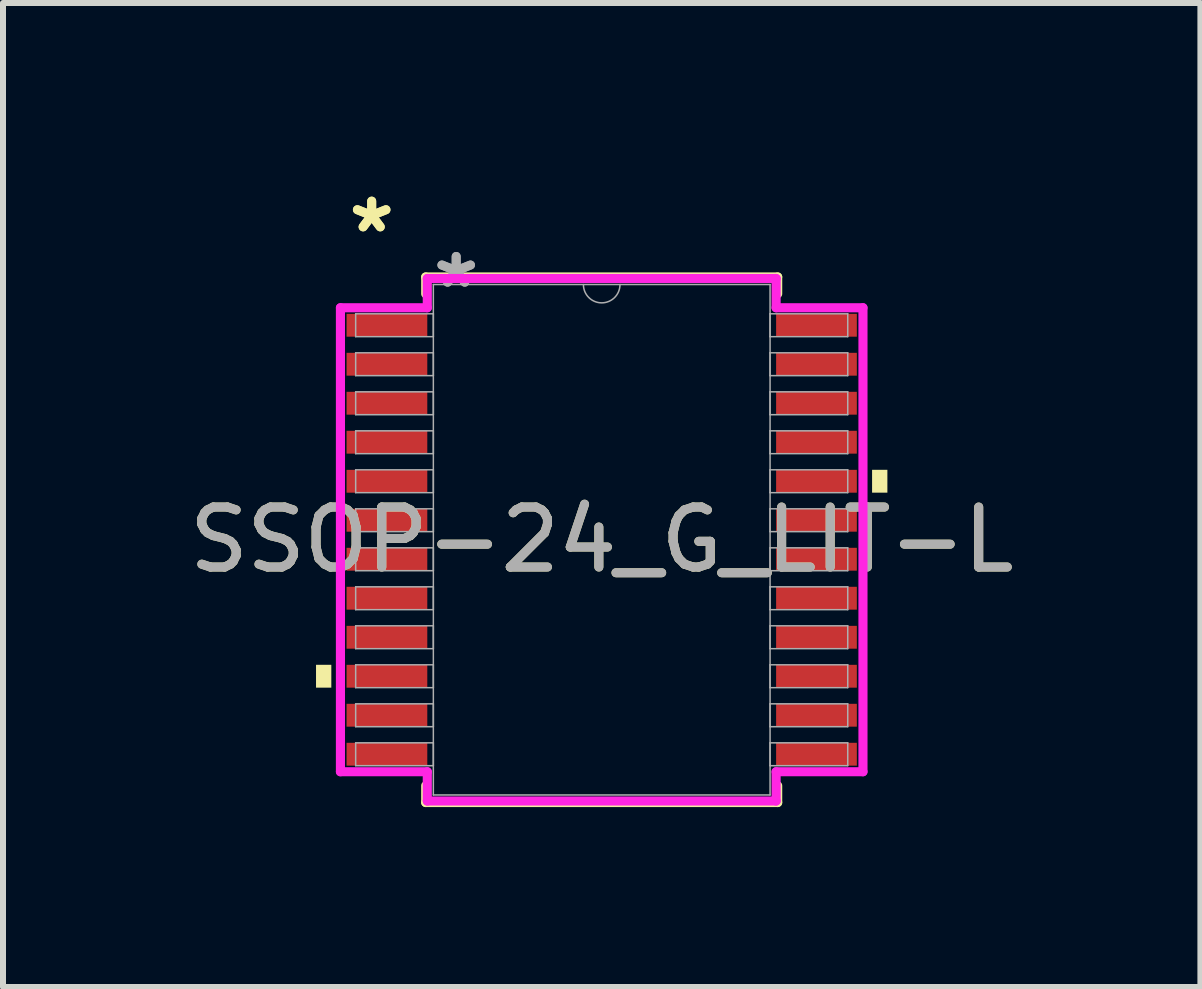
<source format=kicad_pcb>
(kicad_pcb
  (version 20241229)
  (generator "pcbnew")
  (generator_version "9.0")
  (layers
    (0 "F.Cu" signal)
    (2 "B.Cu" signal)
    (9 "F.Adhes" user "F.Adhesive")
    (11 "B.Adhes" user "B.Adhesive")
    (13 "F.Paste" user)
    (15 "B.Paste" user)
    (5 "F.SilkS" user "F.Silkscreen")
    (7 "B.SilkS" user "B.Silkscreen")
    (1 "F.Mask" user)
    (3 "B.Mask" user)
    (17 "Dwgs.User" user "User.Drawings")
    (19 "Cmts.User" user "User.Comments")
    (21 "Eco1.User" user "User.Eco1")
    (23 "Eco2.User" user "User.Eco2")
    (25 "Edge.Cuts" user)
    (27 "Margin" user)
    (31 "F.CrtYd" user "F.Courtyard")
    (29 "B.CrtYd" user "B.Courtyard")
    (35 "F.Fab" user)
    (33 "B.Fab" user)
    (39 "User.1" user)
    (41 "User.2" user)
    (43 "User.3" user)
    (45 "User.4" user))
  (footprint "SSOP-24_G_LIT-L"
    (layer "F.Cu")
    (at 6.982 5.949)
    (property "Reference" "SSOP-24_G_LIT-L" (at 0 0 0) (unlocked yes) (layer "F.SilkS") (effects (font (size 1 1) (thickness 0.15))))
    (attr smd)
    (fp_line (start -2.934 -4.381) (end -2.934 -4.1) (stroke (width 0.152) (type solid)) (layer "F.SilkS"))
    (fp_line (start -2.934 4.1) (end -2.934 4.381) (stroke (width 0.152) (type solid)) (layer "F.SilkS"))
    (fp_line (start -2.934 4.381) (end 2.934 4.381) (stroke (width 0.152) (type solid)) (layer "F.SilkS"))
    (fp_line (start 2.934 -4.381) (end -2.934 -4.381) (stroke (width 0.152) (type solid)) (layer "F.SilkS"))
    (fp_line (start 2.934 -4.1) (end 2.934 -4.381) (stroke (width 0.152) (type solid)) (layer "F.SilkS"))
    (fp_line (start 2.934 4.381) (end 2.934 4.1) (stroke (width 0.152) (type solid)) (layer "F.SilkS"))
    (fp_poly (pts (xy -4.763 2.085) (xy -4.763 2.466) (xy -4.508 2.466) (xy -4.508 2.085)) (stroke (width 0) (type solid)) (fill yes) (layer "F.SilkS"))
    (fp_poly (pts (xy 4.763 -1.166) (xy 4.763 -0.785) (xy 4.508 -0.785) (xy 4.508 -1.166)) (stroke (width 0) (type solid)) (fill yes) (layer "F.SilkS"))
    (fp_line (start -4.356 -3.868) (end -2.908 -3.868) (stroke (width 0.152) (type solid)) (layer "F.CrtYd"))
    (fp_line (start -4.356 3.868) (end -4.356 -3.868) (stroke (width 0.152) (type solid)) (layer "F.CrtYd"))
    (fp_line (start -4.356 3.868) (end -2.908 3.868) (stroke (width 0.152) (type solid)) (layer "F.CrtYd"))
    (fp_line (start -2.908 -4.356) (end 2.908 -4.356) (stroke (width 0.152) (type solid)) (layer "F.CrtYd"))
    (fp_line (start -2.908 -3.868) (end -2.908 -4.356) (stroke (width 0.152) (type solid)) (layer "F.CrtYd"))
    (fp_line (start -2.908 4.356) (end -2.908 3.868) (stroke (width 0.152) (type solid)) (layer "F.CrtYd"))
    (fp_line (start 2.908 -4.356) (end 2.908 -3.868) (stroke (width 0.152) (type solid)) (layer "F.CrtYd"))
    (fp_line (start 2.908 3.868) (end 2.908 4.356) (stroke (width 0.152) (type solid)) (layer "F.CrtYd"))
    (fp_line (start 2.908 4.356) (end -2.908 4.356) (stroke (width 0.152) (type solid)) (layer "F.CrtYd"))
    (fp_line (start 4.356 -3.868) (end 2.908 -3.868) (stroke (width 0.152) (type solid)) (layer "F.CrtYd"))
    (fp_line (start 4.356 -3.868) (end 4.356 3.868) (stroke (width 0.152) (type solid)) (layer "F.CrtYd"))
    (fp_line (start 4.356 3.868) (end 2.908 3.868) (stroke (width 0.152) (type solid)) (layer "F.CrtYd"))
    (fp_line (start -4.102 -3.767) (end -4.102 -3.386) (stroke (width 0.025) (type solid)) (layer "F.Fab"))
    (fp_line (start -4.102 -3.386) (end -2.807 -3.386) (stroke (width 0.025) (type solid)) (layer "F.Fab"))
    (fp_line (start -4.102 -3.117) (end -4.102 -2.736) (stroke (width 0.025) (type solid)) (layer "F.Fab"))
    (fp_line (start -4.102 -2.736) (end -2.807 -2.736) (stroke (width 0.025) (type solid)) (layer "F.Fab"))
    (fp_line (start -4.102 -2.466) (end -4.102 -2.085) (stroke (width 0.025) (type solid)) (layer "F.Fab"))
    (fp_line (start -4.102 -2.085) (end -2.807 -2.085) (stroke (width 0.025) (type solid)) (layer "F.Fab"))
    (fp_line (start -4.102 -1.816) (end -4.102 -1.435) (stroke (width 0.025) (type solid)) (layer "F.Fab"))
    (fp_line (start -4.102 -1.435) (end -2.807 -1.435) (stroke (width 0.025) (type solid)) (layer "F.Fab"))
    (fp_line (start -4.102 -1.166) (end -4.102 -0.785) (stroke (width 0.025) (type solid)) (layer "F.Fab"))
    (fp_line (start -4.102 -0.785) (end -2.807 -0.785) (stroke (width 0.025) (type solid)) (layer "F.Fab"))
    (fp_line (start -4.102 -0.516) (end -4.102 -0.135) (stroke (width 0.025) (type solid)) (layer "F.Fab"))
    (fp_line (start -4.102 -0.135) (end -2.807 -0.135) (stroke (width 0.025) (type solid)) (layer "F.Fab"))
    (fp_line (start -4.102 0.135) (end -4.102 0.516) (stroke (width 0.025) (type solid)) (layer "F.Fab"))
    (fp_line (start -4.102 0.516) (end -2.807 0.516) (stroke (width 0.025) (type solid)) (layer "F.Fab"))
    (fp_line (start -4.102 0.785) (end -4.102 1.166) (stroke (width 0.025) (type solid)) (layer "F.Fab"))
    (fp_line (start -4.102 1.166) (end -2.807 1.166) (stroke (width 0.025) (type solid)) (layer "F.Fab"))
    (fp_line (start -4.102 1.435) (end -4.102 1.816) (stroke (width 0.025) (type solid)) (layer "F.Fab"))
    (fp_line (start -4.102 1.816) (end -2.807 1.816) (stroke (width 0.025) (type solid)) (layer "F.Fab"))
    (fp_line (start -4.102 2.085) (end -4.102 2.466) (stroke (width 0.025) (type solid)) (layer "F.Fab"))
    (fp_line (start -4.102 2.466) (end -2.807 2.466) (stroke (width 0.025) (type solid)) (layer "F.Fab"))
    (fp_line (start -4.102 2.736) (end -4.102 3.117) (stroke (width 0.025) (type solid)) (layer "F.Fab"))
    (fp_line (start -4.102 3.117) (end -2.807 3.117) (stroke (width 0.025) (type solid)) (layer "F.Fab"))
    (fp_line (start -4.102 3.386) (end -4.102 3.767) (stroke (width 0.025) (type solid)) (layer "F.Fab"))
    (fp_line (start -4.102 3.767) (end -2.807 3.767) (stroke (width 0.025) (type solid)) (layer "F.Fab"))
    (fp_line (start -2.807 -4.255) (end -2.807 4.255) (stroke (width 0.025) (type solid)) (layer "F.Fab"))
    (fp_line (start -2.807 -3.767) (end -4.102 -3.767) (stroke (width 0.025) (type solid)) (layer "F.Fab"))
    (fp_line (start -2.807 -3.386) (end -2.807 -3.767) (stroke (width 0.025) (type solid)) (layer "F.Fab"))
    (fp_line (start -2.807 -3.117) (end -4.102 -3.117) (stroke (width 0.025) (type solid)) (layer "F.Fab"))
    (fp_line (start -2.807 -2.736) (end -2.807 -3.117) (stroke (width 0.025) (type solid)) (layer "F.Fab"))
    (fp_line (start -2.807 -2.466) (end -4.102 -2.466) (stroke (width 0.025) (type solid)) (layer "F.Fab"))
    (fp_line (start -2.807 -2.085) (end -2.807 -2.466) (stroke (width 0.025) (type solid)) (layer "F.Fab"))
    (fp_line (start -2.807 -1.816) (end -4.102 -1.816) (stroke (width 0.025) (type solid)) (layer "F.Fab"))
    (fp_line (start -2.807 -1.435) (end -2.807 -1.816) (stroke (width 0.025) (type solid)) (layer "F.Fab"))
    (fp_line (start -2.807 -1.166) (end -4.102 -1.166) (stroke (width 0.025) (type solid)) (layer "F.Fab"))
    (fp_line (start -2.807 -0.785) (end -2.807 -1.166) (stroke (width 0.025) (type solid)) (layer "F.Fab"))
    (fp_line (start -2.807 -0.516) (end -4.102 -0.516) (stroke (width 0.025) (type solid)) (layer "F.Fab"))
    (fp_line (start -2.807 -0.135) (end -2.807 -0.516) (stroke (width 0.025) (type solid)) (layer "F.Fab"))
    (fp_line (start -2.807 0.135) (end -4.102 0.135) (stroke (width 0.025) (type solid)) (layer "F.Fab"))
    (fp_line (start -2.807 0.516) (end -2.807 0.135) (stroke (width 0.025) (type solid)) (layer "F.Fab"))
    (fp_line (start -2.807 0.785) (end -4.102 0.785) (stroke (width 0.025) (type solid)) (layer "F.Fab"))
    (fp_line (start -2.807 1.166) (end -2.807 0.785) (stroke (width 0.025) (type solid)) (layer "F.Fab"))
    (fp_line (start -2.807 1.435) (end -4.102 1.435) (stroke (width 0.025) (type solid)) (layer "F.Fab"))
    (fp_line (start -2.807 1.816) (end -2.807 1.435) (stroke (width 0.025) (type solid)) (layer "F.Fab"))
    (fp_line (start -2.807 2.085) (end -4.102 2.085) (stroke (width 0.025) (type solid)) (layer "F.Fab"))
    (fp_line (start -2.807 2.466) (end -2.807 2.085) (stroke (width 0.025) (type solid)) (layer "F.Fab"))
    (fp_line (start -2.807 2.736) (end -4.102 2.736) (stroke (width 0.025) (type solid)) (layer "F.Fab"))
    (fp_line (start -2.807 3.117) (end -2.807 2.736) (stroke (width 0.025) (type solid)) (layer "F.Fab"))
    (fp_line (start -2.807 3.386) (end -4.102 3.386) (stroke (width 0.025) (type solid)) (layer "F.Fab"))
    (fp_line (start -2.807 3.767) (end -2.807 3.386) (stroke (width 0.025) (type solid)) (layer "F.Fab"))
    (fp_line (start -2.807 4.255) (end 2.807 4.255) (stroke (width 0.025) (type solid)) (layer "F.Fab"))
    (fp_line (start 2.807 -4.255) (end -2.807 -4.255) (stroke (width 0.025) (type solid)) (layer "F.Fab"))
    (fp_line (start 2.807 -3.767) (end 2.807 -3.386) (stroke (width 0.025) (type solid)) (layer "F.Fab"))
    (fp_line (start 2.807 -3.386) (end 4.102 -3.386) (stroke (width 0.025) (type solid)) (layer "F.Fab"))
    (fp_line (start 2.807 -3.117) (end 2.807 -2.736) (stroke (width 0.025) (type solid)) (layer "F.Fab"))
    (fp_line (start 2.807 -2.736) (end 4.102 -2.736) (stroke (width 0.025) (type solid)) (layer "F.Fab"))
    (fp_line (start 2.807 -2.466) (end 2.807 -2.085) (stroke (width 0.025) (type solid)) (layer "F.Fab"))
    (fp_line (start 2.807 -2.085) (end 4.102 -2.085) (stroke (width 0.025) (type solid)) (layer "F.Fab"))
    (fp_line (start 2.807 -1.816) (end 2.807 -1.435) (stroke (width 0.025) (type solid)) (layer "F.Fab"))
    (fp_line (start 2.807 -1.435) (end 4.102 -1.435) (stroke (width 0.025) (type solid)) (layer "F.Fab"))
    (fp_line (start 2.807 -1.166) (end 2.807 -0.785) (stroke (width 0.025) (type solid)) (layer "F.Fab"))
    (fp_line (start 2.807 -0.785) (end 4.102 -0.785) (stroke (width 0.025) (type solid)) (layer "F.Fab"))
    (fp_line (start 2.807 -0.516) (end 2.807 -0.135) (stroke (width 0.025) (type solid)) (layer "F.Fab"))
    (fp_line (start 2.807 -0.135) (end 4.102 -0.135) (stroke (width 0.025) (type solid)) (layer "F.Fab"))
    (fp_line (start 2.807 0.135) (end 2.807 0.516) (stroke (width 0.025) (type solid)) (layer "F.Fab"))
    (fp_line (start 2.807 0.516) (end 4.102 0.516) (stroke (width 0.025) (type solid)) (layer "F.Fab"))
    (fp_line (start 2.807 0.785) (end 2.807 1.166) (stroke (width 0.025) (type solid)) (layer "F.Fab"))
    (fp_line (start 2.807 1.166) (end 4.102 1.166) (stroke (width 0.025) (type solid)) (layer "F.Fab"))
    (fp_line (start 2.807 1.435) (end 2.807 1.816) (stroke (width 0.025) (type solid)) (layer "F.Fab"))
    (fp_line (start 2.807 1.816) (end 4.102 1.816) (stroke (width 0.025) (type solid)) (layer "F.Fab"))
    (fp_line (start 2.807 2.085) (end 2.807 2.466) (stroke (width 0.025) (type solid)) (layer "F.Fab"))
    (fp_line (start 2.807 2.466) (end 4.102 2.466) (stroke (width 0.025) (type solid)) (layer "F.Fab"))
    (fp_line (start 2.807 2.736) (end 2.807 3.117) (stroke (width 0.025) (type solid)) (layer "F.Fab"))
    (fp_line (start 2.807 3.117) (end 4.102 3.117) (stroke (width 0.025) (type solid)) (layer "F.Fab"))
    (fp_line (start 2.807 3.386) (end 2.807 3.767) (stroke (width 0.025) (type solid)) (layer "F.Fab"))
    (fp_line (start 2.807 3.767) (end 4.102 3.767) (stroke (width 0.025) (type solid)) (layer "F.Fab"))
    (fp_line (start 2.807 4.255) (end 2.807 -4.255) (stroke (width 0.025) (type solid)) (layer "F.Fab"))
    (fp_line (start 4.102 -3.767) (end 2.807 -3.767) (stroke (width 0.025) (type solid)) (layer "F.Fab"))
    (fp_line (start 4.102 -3.386) (end 4.102 -3.767) (stroke (width 0.025) (type solid)) (layer "F.Fab"))
    (fp_line (start 4.102 -3.117) (end 2.807 -3.117) (stroke (width 0.025) (type solid)) (layer "F.Fab"))
    (fp_line (start 4.102 -2.736) (end 4.102 -3.117) (stroke (width 0.025) (type solid)) (layer "F.Fab"))
    (fp_line (start 4.102 -2.466) (end 2.807 -2.466) (stroke (width 0.025) (type solid)) (layer "F.Fab"))
    (fp_line (start 4.102 -2.085) (end 4.102 -2.466) (stroke (width 0.025) (type solid)) (layer "F.Fab"))
    (fp_line (start 4.102 -1.816) (end 2.807 -1.816) (stroke (width 0.025) (type solid)) (layer "F.Fab"))
    (fp_line (start 4.102 -1.435) (end 4.102 -1.816) (stroke (width 0.025) (type solid)) (layer "F.Fab"))
    (fp_line (start 4.102 -1.166) (end 2.807 -1.166) (stroke (width 0.025) (type solid)) (layer "F.Fab"))
    (fp_line (start 4.102 -0.785) (end 4.102 -1.166) (stroke (width 0.025) (type solid)) (layer "F.Fab"))
    (fp_line (start 4.102 -0.516) (end 2.807 -0.516) (stroke (width 0.025) (type solid)) (layer "F.Fab"))
    (fp_line (start 4.102 -0.135) (end 4.102 -0.516) (stroke (width 0.025) (type solid)) (layer "F.Fab"))
    (fp_line (start 4.102 0.135) (end 2.807 0.135) (stroke (width 0.025) (type solid)) (layer "F.Fab"))
    (fp_line (start 4.102 0.516) (end 4.102 0.135) (stroke (width 0.025) (type solid)) (layer "F.Fab"))
    (fp_line (start 4.102 0.785) (end 2.807 0.785) (stroke (width 0.025) (type solid)) (layer "F.Fab"))
    (fp_line (start 4.102 1.166) (end 4.102 0.785) (stroke (width 0.025) (type solid)) (layer "F.Fab"))
    (fp_line (start 4.102 1.435) (end 2.807 1.435) (stroke (width 0.025) (type solid)) (layer "F.Fab"))
    (fp_line (start 4.102 1.816) (end 4.102 1.435) (stroke (width 0.025) (type solid)) (layer "F.Fab"))
    (fp_line (start 4.102 2.085) (end 2.807 2.085) (stroke (width 0.025) (type solid)) (layer "F.Fab"))
    (fp_line (start 4.102 2.466) (end 4.102 2.085) (stroke (width 0.025) (type solid)) (layer "F.Fab"))
    (fp_line (start 4.102 2.736) (end 2.807 2.736) (stroke (width 0.025) (type solid)) (layer "F.Fab"))
    (fp_line (start 4.102 3.117) (end 4.102 2.736) (stroke (width 0.025) (type solid)) (layer "F.Fab"))
    (fp_line (start 4.102 3.386) (end 2.807 3.386) (stroke (width 0.025) (type solid)) (layer "F.Fab"))
    (fp_line (start 4.102 3.767) (end 4.102 3.386) (stroke (width 0.025) (type solid)) (layer "F.Fab"))
    (fp_arc (start 0.3048 -4.2545) (mid 0 -3.9497) (end -0.3048 -4.2545) (stroke (width 0.0254) (type solid)) (layer "F.Fab"))
    (fp_text user "*" (at -3.835 -5.1 0) (layer "F.SilkS") (effects (font (size 1 1) (thickness 0.15))))
    (fp_text user "*" (at -3.835 -5.1 0) (unlocked yes) (layer "F.SilkS") (effects (font (size 1 1) (thickness 0.15))))
    (fp_text user "*" (at -2.426 -4.178 0) (unlocked yes) (layer "F.Fab") (effects (font (size 1 1) (thickness 0.15))))
    (fp_text user "*" (at -2.426 -4.178 0) (layer "F.Fab") (effects (font (size 1 1) (thickness 0.15))))
    (fp_text user "${REFERENCE}" (at 0 0 0) (unlocked yes) (layer "F.Fab") (effects (font (size 1 1) (thickness 0.15))))
    (pad "1" smd rect (at -3.581 -3.576) (size 1.346 0.381) (layers "F.Cu" "F.Mask" "F.Paste"))
    (pad "2" smd rect (at -3.581 -2.926) (size 1.346 0.381) (layers "F.Cu" "F.Mask" "F.Paste"))
    (pad "3" smd rect (at -3.581 -2.276) (size 1.346 0.381) (layers "F.Cu" "F.Mask" "F.Paste"))
    (pad "4" smd rect (at -3.581 -1.626) (size 1.346 0.381) (layers "F.Cu" "F.Mask" "F.Paste"))
    (pad "5" smd rect (at -3.581 -0.975) (size 1.346 0.381) (layers "F.Cu" "F.Mask" "F.Paste"))
    (pad "6" smd rect (at -3.581 -0.325) (size 1.346 0.381) (layers "F.Cu" "F.Mask" "F.Paste"))
    (pad "7" smd rect (at -3.581 0.325) (size 1.346 0.381) (layers "F.Cu" "F.Mask" "F.Paste"))
    (pad "8" smd rect (at -3.581 0.975) (size 1.346 0.381) (layers "F.Cu" "F.Mask" "F.Paste"))
    (pad "9" smd rect (at -3.581 1.626) (size 1.346 0.381) (layers "F.Cu" "F.Mask" "F.Paste"))
    (pad "10" smd rect (at -3.581 2.276) (size 1.346 0.381) (layers "F.Cu" "F.Mask" "F.Paste"))
    (pad "11" smd rect (at -3.581 2.926) (size 1.346 0.381) (layers "F.Cu" "F.Mask" "F.Paste"))
    (pad "12" smd rect (at -3.581 3.576) (size 1.346 0.381) (layers "F.Cu" "F.Mask" "F.Paste"))
    (pad "13" smd rect (at 3.581 3.576) (size 1.346 0.381) (layers "F.Cu" "F.Mask" "F.Paste"))
    (pad "14" smd rect (at 3.581 2.926) (size 1.346 0.381) (layers "F.Cu" "F.Mask" "F.Paste"))
    (pad "15" smd rect (at 3.581 2.276) (size 1.346 0.381) (layers "F.Cu" "F.Mask" "F.Paste"))
    (pad "16" smd rect (at 3.581 1.626) (size 1.346 0.381) (layers "F.Cu" "F.Mask" "F.Paste"))
    (pad "17" smd rect (at 3.581 0.975) (size 1.346 0.381) (layers "F.Cu" "F.Mask" "F.Paste"))
    (pad "18" smd rect (at 3.581 0.325) (size 1.346 0.381) (layers "F.Cu" "F.Mask" "F.Paste"))
    (pad "19" smd rect (at 3.581 -0.325) (size 1.346 0.381) (layers "F.Cu" "F.Mask" "F.Paste"))
    (pad "20" smd rect (at 3.581 -0.975) (size 1.346 0.381) (layers "F.Cu" "F.Mask" "F.Paste"))
    (pad "21" smd rect (at 3.581 -1.626) (size 1.346 0.381) (layers "F.Cu" "F.Mask" "F.Paste"))
    (pad "22" smd rect (at 3.581 -2.276) (size 1.346 0.381) (layers "F.Cu" "F.Mask" "F.Paste"))
    (pad "23" smd rect (at 3.581 -2.926) (size 1.346 0.381) (layers "F.Cu" "F.Mask" "F.Paste"))
    (pad "24" smd rect (at 3.581 -3.576) (size 1.346 0.381) (layers "F.Cu" "F.Mask" "F.Paste")))
  (gr_rect
    (start -3 -3)
    (end 16.964 13.406)
    (stroke (width 0.1) (type default))
    (fill no)
    (layer "Edge.Cuts")))
</source>
